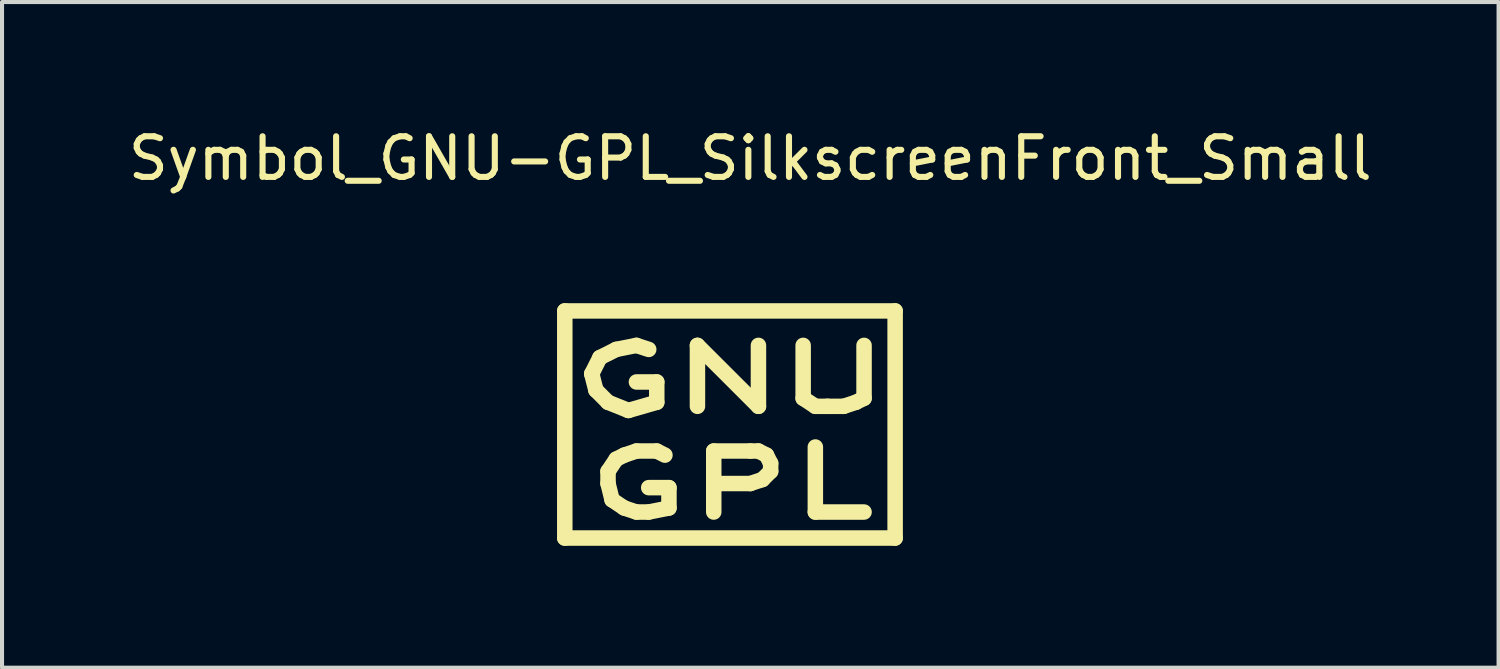
<source format=kicad_pcb>
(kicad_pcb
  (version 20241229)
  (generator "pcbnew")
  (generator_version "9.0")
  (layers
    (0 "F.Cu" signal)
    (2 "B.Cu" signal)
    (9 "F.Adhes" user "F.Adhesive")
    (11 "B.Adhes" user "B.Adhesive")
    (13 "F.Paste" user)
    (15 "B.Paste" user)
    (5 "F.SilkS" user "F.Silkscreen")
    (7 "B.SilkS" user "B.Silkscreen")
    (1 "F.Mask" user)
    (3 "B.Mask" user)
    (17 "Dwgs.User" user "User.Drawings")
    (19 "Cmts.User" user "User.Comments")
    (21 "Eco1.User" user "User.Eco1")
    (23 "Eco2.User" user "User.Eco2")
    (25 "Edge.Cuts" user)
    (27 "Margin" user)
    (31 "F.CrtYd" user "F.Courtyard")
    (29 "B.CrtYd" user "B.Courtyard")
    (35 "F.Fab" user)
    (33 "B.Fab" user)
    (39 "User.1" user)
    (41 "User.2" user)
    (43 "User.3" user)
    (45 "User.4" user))
  (footprint "Symbol_GNU-GPL_SilkscreenFront_Small"
    (layer "F.Cu")
    (at 14.91 7.648)
    (property "Reference" "Symbol_GNU-GPL_SilkscreenFront_Small" (at 0.5 -6.8 0) (layer "F.SilkS") (effects (font (size 1 1) (thickness 0.15))))
    (attr exclude_from_pos_files exclude_from_bom)
    (fp_line (start -4.064 -3.048) (end 4.064 -3.048) (stroke (width 0.381) (type solid)) (layer "F.SilkS"))
    (fp_line (start -4.064 2.54) (end -4.064 -3.048) (stroke (width 0.381) (type solid)) (layer "F.SilkS"))
    (fp_line (start -3.401 -1.501) (end -3.299 -1.1) (stroke (width 0.381) (type solid)) (layer "F.SilkS"))
    (fp_line (start -3.299 -1.1) (end -3 -0.8) (stroke (width 0.381) (type solid)) (layer "F.SilkS"))
    (fp_line (start -3.2 -1.9) (end -3.401 -1.501) (stroke (width 0.381) (type solid)) (layer "F.SilkS"))
    (fp_line (start -3 -0.8) (end -2.499 -0.599) (stroke (width 0.381) (type solid)) (layer "F.SilkS"))
    (fp_line (start -3 0.899) (end -3 1.199) (stroke (width 0.381) (type solid)) (layer "F.SilkS"))
    (fp_line (start -3 1.199) (end -2.901 1.6) (stroke (width 0.381) (type solid)) (layer "F.SilkS"))
    (fp_line (start -2.901 1.6) (end -2.601 1.801) (stroke (width 0.381) (type solid)) (layer "F.SilkS"))
    (fp_line (start -2.799 -2.101) (end -3.2 -1.9) (stroke (width 0.381) (type solid)) (layer "F.SilkS"))
    (fp_line (start -2.799 0.599) (end -3 0.899) (stroke (width 0.381) (type solid)) (layer "F.SilkS"))
    (fp_line (start -2.601 0.5) (end -2.799 0.599) (stroke (width 0.381) (type solid)) (layer "F.SilkS"))
    (fp_line (start -2.601 1.801) (end -2.301 1.9) (stroke (width 0.381) (type solid)) (layer "F.SilkS"))
    (fp_line (start -2.499 -0.599) (end -1.801 -0.8) (stroke (width 0.381) (type solid)) (layer "F.SilkS"))
    (fp_line (start -2.301 -2.2) (end -2.799 -2.101) (stroke (width 0.381) (type solid)) (layer "F.SilkS"))
    (fp_line (start -2.301 0.399) (end -2.601 0.5) (stroke (width 0.381) (type solid)) (layer "F.SilkS"))
    (fp_line (start -2.301 1.9) (end -1.999 1.9) (stroke (width 0.381) (type solid)) (layer "F.SilkS"))
    (fp_line (start -1.999 -2.101) (end -2.301 -2.2) (stroke (width 0.381) (type solid)) (layer "F.SilkS"))
    (fp_line (start -1.999 1.9) (end -1.501 1.801) (stroke (width 0.381) (type solid)) (layer "F.SilkS"))
    (fp_line (start -1.801 -1.3) (end -2.301 -1.3) (stroke (width 0.381) (type solid)) (layer "F.SilkS"))
    (fp_line (start -1.801 -0.8) (end -1.801 -1.3) (stroke (width 0.381) (type solid)) (layer "F.SilkS"))
    (fp_line (start -1.801 0.399) (end -2.301 0.399) (stroke (width 0.381) (type solid)) (layer "F.SilkS"))
    (fp_line (start -1.6 0.5) (end -1.801 0.399) (stroke (width 0.381) (type solid)) (layer "F.SilkS"))
    (fp_line (start -1.501 1.3) (end -1.999 1.3) (stroke (width 0.381) (type solid)) (layer "F.SilkS"))
    (fp_line (start -1.501 1.801) (end -1.501 1.3) (stroke (width 0.381) (type solid)) (layer "F.SilkS"))
    (fp_line (start -0.8 -2.2) (end 0.701 -0.701) (stroke (width 0.381) (type solid)) (layer "F.SilkS"))
    (fp_line (start -0.8 -0.701) (end -0.8 -2.2) (stroke (width 0.381) (type solid)) (layer "F.SilkS"))
    (fp_line (start -0.399 0.399) (end 0.5 0.399) (stroke (width 0.381) (type solid)) (layer "F.SilkS"))
    (fp_line (start -0.399 1.9) (end -0.399 0.399) (stroke (width 0.381) (type solid)) (layer "F.SilkS"))
    (fp_line (start 0.5 0.399) (end 0.701 0.399) (stroke (width 0.381) (type solid)) (layer "F.SilkS"))
    (fp_line (start 0.5 1.199) (end -0.399 1.199) (stroke (width 0.381) (type solid)) (layer "F.SilkS"))
    (fp_line (start 0.701 -0.701) (end 0.701 -2.2) (stroke (width 0.381) (type solid)) (layer "F.SilkS"))
    (fp_line (start 0.701 0.399) (end 0.899 0.5) (stroke (width 0.381) (type solid)) (layer "F.SilkS"))
    (fp_line (start 0.8 1.1) (end 0.5 1.199) (stroke (width 0.381) (type solid)) (layer "F.SilkS"))
    (fp_line (start 0.899 0.5) (end 1.001 0.701) (stroke (width 0.381) (type solid)) (layer "F.SilkS"))
    (fp_line (start 1.001 0.701) (end 1.001 0.899) (stroke (width 0.381) (type solid)) (layer "F.SilkS"))
    (fp_line (start 1.001 0.899) (end 0.8 1.1) (stroke (width 0.381) (type solid)) (layer "F.SilkS"))
    (fp_line (start 1.801 -2.2) (end 1.801 -0.899) (stroke (width 0.381) (type solid)) (layer "F.SilkS"))
    (fp_line (start 1.801 -0.899) (end 2.101 -0.701) (stroke (width 0.381) (type solid)) (layer "F.SilkS"))
    (fp_line (start 2.101 -0.701) (end 2.4 -0.701) (stroke (width 0.381) (type solid)) (layer "F.SilkS"))
    (fp_line (start 2.101 0.3) (end 2.101 1.9) (stroke (width 0.381) (type solid)) (layer "F.SilkS"))
    (fp_line (start 2.101 1.9) (end 3.299 1.9) (stroke (width 0.381) (type solid)) (layer "F.SilkS"))
    (fp_line (start 2.4 -0.701) (end 2.799 -0.701) (stroke (width 0.381) (type solid)) (layer "F.SilkS"))
    (fp_line (start 2.799 -0.701) (end 3.099 -0.8) (stroke (width 0.381) (type solid)) (layer "F.SilkS"))
    (fp_line (start 3.099 -0.8) (end 3.299 -0.899) (stroke (width 0.381) (type solid)) (layer "F.SilkS"))
    (fp_line (start 3.299 -0.899) (end 3.299 -2.2) (stroke (width 0.381) (type solid)) (layer "F.SilkS"))
    (fp_line (start 4.064 -3.048) (end 4.064 2.54) (stroke (width 0.381) (type solid)) (layer "F.SilkS"))
    (fp_line (start 4.064 2.54) (end -4.064 2.54) (stroke (width 0.381) (type solid)) (layer "F.SilkS")))
  (gr_rect
    (start -3 -3)
    (end 33.821 13.378)
    (stroke (width 0.1) (type default))
    (fill no)
    (layer "Edge.Cuts")))
</source>
